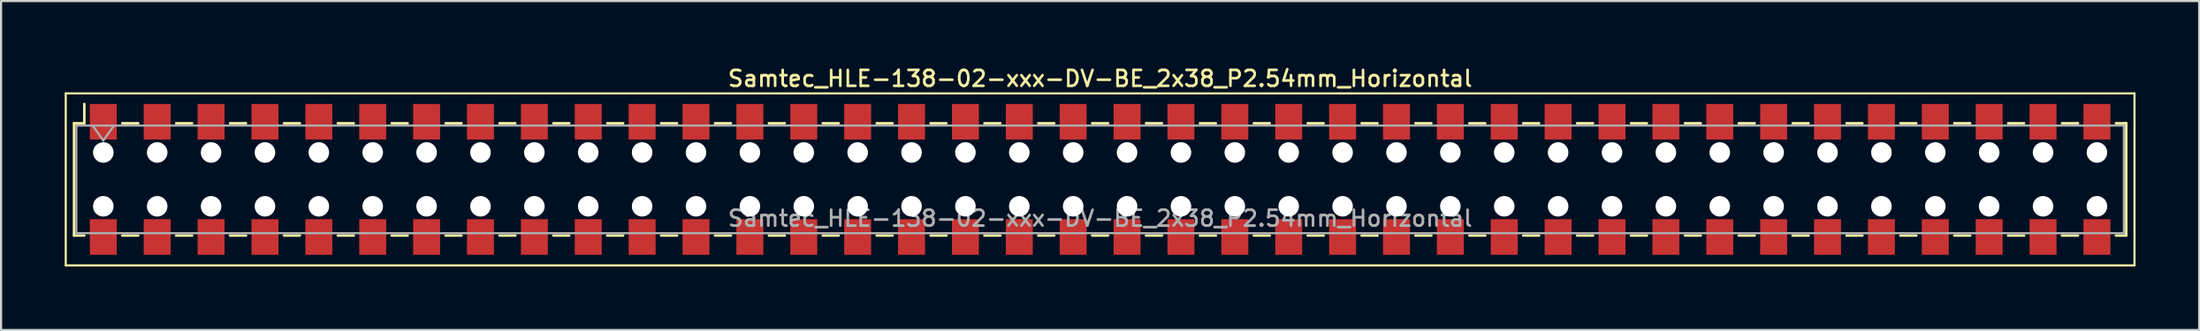
<source format=kicad_pcb>
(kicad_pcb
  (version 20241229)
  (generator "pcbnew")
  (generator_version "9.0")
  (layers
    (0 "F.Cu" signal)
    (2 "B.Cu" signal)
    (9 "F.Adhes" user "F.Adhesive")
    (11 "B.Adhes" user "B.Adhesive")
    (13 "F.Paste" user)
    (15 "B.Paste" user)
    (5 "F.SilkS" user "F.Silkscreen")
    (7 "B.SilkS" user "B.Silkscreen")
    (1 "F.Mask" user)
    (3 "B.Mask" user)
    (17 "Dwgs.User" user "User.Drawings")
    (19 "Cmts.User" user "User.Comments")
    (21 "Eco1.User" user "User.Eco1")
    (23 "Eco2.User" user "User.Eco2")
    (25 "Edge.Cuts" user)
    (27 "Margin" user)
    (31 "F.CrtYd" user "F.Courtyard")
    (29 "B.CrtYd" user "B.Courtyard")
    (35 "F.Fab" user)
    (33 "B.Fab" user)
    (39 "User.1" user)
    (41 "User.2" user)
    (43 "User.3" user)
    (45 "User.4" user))
  (footprint "Samtec_HLE-138-02-xxx-DV-BE_2x38_P2.54mm_Horizontal"
    (layer "F.Cu")
    (at 48.81 5.418)
    (property "Reference" "Samtec_HLE-138-02-xxx-DV-BE_2x38_P2.54mm_Horizontal" (at 0 -4.76 0) (layer "F.SilkS") (effects (font (size 0.75 0.75) (thickness 0.125))))
    (attr smd)
    (fp_line (start -48.76 -4.06) (end 48.76 -4.06) (stroke (width 0.1) (type solid)) (layer "F.SilkS"))
    (fp_line (start -48.76 4.06) (end -48.76 -4.06) (stroke (width 0.1) (type solid)) (layer "F.SilkS"))
    (fp_line (start -48.37 -2.65) (end -48.37 2.65) (stroke (width 0.12) (type solid)) (layer "F.SilkS"))
    (fp_line (start -48.37 2.65) (end -47.885 2.65) (stroke (width 0.12) (type solid)) (layer "F.SilkS"))
    (fp_line (start -47.885 -3.56) (end -47.885 -2.65) (stroke (width 0.12) (type solid)) (layer "F.SilkS"))
    (fp_line (start -47.885 -2.65) (end -48.37 -2.65) (stroke (width 0.12) (type solid)) (layer "F.SilkS"))
    (fp_line (start -46.095 -2.65) (end -45.345 -2.65) (stroke (width 0.12) (type solid)) (layer "F.SilkS"))
    (fp_line (start -46.095 2.65) (end -45.345 2.65) (stroke (width 0.12) (type solid)) (layer "F.SilkS"))
    (fp_line (start -43.555 -2.65) (end -42.805 -2.65) (stroke (width 0.12) (type solid)) (layer "F.SilkS"))
    (fp_line (start -43.555 2.65) (end -42.805 2.65) (stroke (width 0.12) (type solid)) (layer "F.SilkS"))
    (fp_line (start -41.015 -2.65) (end -40.265 -2.65) (stroke (width 0.12) (type solid)) (layer "F.SilkS"))
    (fp_line (start -41.015 2.65) (end -40.265 2.65) (stroke (width 0.12) (type solid)) (layer "F.SilkS"))
    (fp_line (start -38.475 -2.65) (end -37.725 -2.65) (stroke (width 0.12) (type solid)) (layer "F.SilkS"))
    (fp_line (start -38.475 2.65) (end -37.725 2.65) (stroke (width 0.12) (type solid)) (layer "F.SilkS"))
    (fp_line (start -35.935 -2.65) (end -35.185 -2.65) (stroke (width 0.12) (type solid)) (layer "F.SilkS"))
    (fp_line (start -35.935 2.65) (end -35.185 2.65) (stroke (width 0.12) (type solid)) (layer "F.SilkS"))
    (fp_line (start -33.395 -2.65) (end -32.645 -2.65) (stroke (width 0.12) (type solid)) (layer "F.SilkS"))
    (fp_line (start -33.395 2.65) (end -32.645 2.65) (stroke (width 0.12) (type solid)) (layer "F.SilkS"))
    (fp_line (start -30.855 -2.65) (end -30.105 -2.65) (stroke (width 0.12) (type solid)) (layer "F.SilkS"))
    (fp_line (start -30.855 2.65) (end -30.105 2.65) (stroke (width 0.12) (type solid)) (layer "F.SilkS"))
    (fp_line (start -28.315 -2.65) (end -27.565 -2.65) (stroke (width 0.12) (type solid)) (layer "F.SilkS"))
    (fp_line (start -28.315 2.65) (end -27.565 2.65) (stroke (width 0.12) (type solid)) (layer "F.SilkS"))
    (fp_line (start -25.775 -2.65) (end -25.025 -2.65) (stroke (width 0.12) (type solid)) (layer "F.SilkS"))
    (fp_line (start -25.775 2.65) (end -25.025 2.65) (stroke (width 0.12) (type solid)) (layer "F.SilkS"))
    (fp_line (start -23.235 -2.65) (end -22.485 -2.65) (stroke (width 0.12) (type solid)) (layer "F.SilkS"))
    (fp_line (start -23.235 2.65) (end -22.485 2.65) (stroke (width 0.12) (type solid)) (layer "F.SilkS"))
    (fp_line (start -20.695 -2.65) (end -19.945 -2.65) (stroke (width 0.12) (type solid)) (layer "F.SilkS"))
    (fp_line (start -20.695 2.65) (end -19.945 2.65) (stroke (width 0.12) (type solid)) (layer "F.SilkS"))
    (fp_line (start -18.155 -2.65) (end -17.405 -2.65) (stroke (width 0.12) (type solid)) (layer "F.SilkS"))
    (fp_line (start -18.155 2.65) (end -17.405 2.65) (stroke (width 0.12) (type solid)) (layer "F.SilkS"))
    (fp_line (start -15.615 -2.65) (end -14.865 -2.65) (stroke (width 0.12) (type solid)) (layer "F.SilkS"))
    (fp_line (start -15.615 2.65) (end -14.865 2.65) (stroke (width 0.12) (type solid)) (layer "F.SilkS"))
    (fp_line (start -13.075 -2.65) (end -12.325 -2.65) (stroke (width 0.12) (type solid)) (layer "F.SilkS"))
    (fp_line (start -13.075 2.65) (end -12.325 2.65) (stroke (width 0.12) (type solid)) (layer "F.SilkS"))
    (fp_line (start -10.535 -2.65) (end -9.785 -2.65) (stroke (width 0.12) (type solid)) (layer "F.SilkS"))
    (fp_line (start -10.535 2.65) (end -9.785 2.65) (stroke (width 0.12) (type solid)) (layer "F.SilkS"))
    (fp_line (start -7.995 -2.65) (end -7.245 -2.65) (stroke (width 0.12) (type solid)) (layer "F.SilkS"))
    (fp_line (start -7.995 2.65) (end -7.245 2.65) (stroke (width 0.12) (type solid)) (layer "F.SilkS"))
    (fp_line (start -5.455 -2.65) (end -4.705 -2.65) (stroke (width 0.12) (type solid)) (layer "F.SilkS"))
    (fp_line (start -5.455 2.65) (end -4.705 2.65) (stroke (width 0.12) (type solid)) (layer "F.SilkS"))
    (fp_line (start -2.915 -2.65) (end -2.165 -2.65) (stroke (width 0.12) (type solid)) (layer "F.SilkS"))
    (fp_line (start -2.915 2.65) (end -2.165 2.65) (stroke (width 0.12) (type solid)) (layer "F.SilkS"))
    (fp_line (start -0.375 -2.65) (end 0.375 -2.65) (stroke (width 0.12) (type solid)) (layer "F.SilkS"))
    (fp_line (start -0.375 2.65) (end 0.375 2.65) (stroke (width 0.12) (type solid)) (layer "F.SilkS"))
    (fp_line (start 2.165 -2.65) (end 2.915 -2.65) (stroke (width 0.12) (type solid)) (layer "F.SilkS"))
    (fp_line (start 2.165 2.65) (end 2.915 2.65) (stroke (width 0.12) (type solid)) (layer "F.SilkS"))
    (fp_line (start 4.705 -2.65) (end 5.455 -2.65) (stroke (width 0.12) (type solid)) (layer "F.SilkS"))
    (fp_line (start 4.705 2.65) (end 5.455 2.65) (stroke (width 0.12) (type solid)) (layer "F.SilkS"))
    (fp_line (start 7.245 -2.65) (end 7.995 -2.65) (stroke (width 0.12) (type solid)) (layer "F.SilkS"))
    (fp_line (start 7.245 2.65) (end 7.995 2.65) (stroke (width 0.12) (type solid)) (layer "F.SilkS"))
    (fp_line (start 9.785 -2.65) (end 10.535 -2.65) (stroke (width 0.12) (type solid)) (layer "F.SilkS"))
    (fp_line (start 9.785 2.65) (end 10.535 2.65) (stroke (width 0.12) (type solid)) (layer "F.SilkS"))
    (fp_line (start 12.325 -2.65) (end 13.075 -2.65) (stroke (width 0.12) (type solid)) (layer "F.SilkS"))
    (fp_line (start 12.325 2.65) (end 13.075 2.65) (stroke (width 0.12) (type solid)) (layer "F.SilkS"))
    (fp_line (start 14.865 -2.65) (end 15.615 -2.65) (stroke (width 0.12) (type solid)) (layer "F.SilkS"))
    (fp_line (start 14.865 2.65) (end 15.615 2.65) (stroke (width 0.12) (type solid)) (layer "F.SilkS"))
    (fp_line (start 17.405 -2.65) (end 18.155 -2.65) (stroke (width 0.12) (type solid)) (layer "F.SilkS"))
    (fp_line (start 17.405 2.65) (end 18.155 2.65) (stroke (width 0.12) (type solid)) (layer "F.SilkS"))
    (fp_line (start 19.945 -2.65) (end 20.695 -2.65) (stroke (width 0.12) (type solid)) (layer "F.SilkS"))
    (fp_line (start 19.945 2.65) (end 20.695 2.65) (stroke (width 0.12) (type solid)) (layer "F.SilkS"))
    (fp_line (start 22.485 -2.65) (end 23.235 -2.65) (stroke (width 0.12) (type solid)) (layer "F.SilkS"))
    (fp_line (start 22.485 2.65) (end 23.235 2.65) (stroke (width 0.12) (type solid)) (layer "F.SilkS"))
    (fp_line (start 25.025 -2.65) (end 25.775 -2.65) (stroke (width 0.12) (type solid)) (layer "F.SilkS"))
    (fp_line (start 25.025 2.65) (end 25.775 2.65) (stroke (width 0.12) (type solid)) (layer "F.SilkS"))
    (fp_line (start 27.565 -2.65) (end 28.315 -2.65) (stroke (width 0.12) (type solid)) (layer "F.SilkS"))
    (fp_line (start 27.565 2.65) (end 28.315 2.65) (stroke (width 0.12) (type solid)) (layer "F.SilkS"))
    (fp_line (start 30.105 -2.65) (end 30.855 -2.65) (stroke (width 0.12) (type solid)) (layer "F.SilkS"))
    (fp_line (start 30.105 2.65) (end 30.855 2.65) (stroke (width 0.12) (type solid)) (layer "F.SilkS"))
    (fp_line (start 32.645 -2.65) (end 33.395 -2.65) (stroke (width 0.12) (type solid)) (layer "F.SilkS"))
    (fp_line (start 32.645 2.65) (end 33.395 2.65) (stroke (width 0.12) (type solid)) (layer "F.SilkS"))
    (fp_line (start 35.185 -2.65) (end 35.935 -2.65) (stroke (width 0.12) (type solid)) (layer "F.SilkS"))
    (fp_line (start 35.185 2.65) (end 35.935 2.65) (stroke (width 0.12) (type solid)) (layer "F.SilkS"))
    (fp_line (start 37.725 -2.65) (end 38.475 -2.65) (stroke (width 0.12) (type solid)) (layer "F.SilkS"))
    (fp_line (start 37.725 2.65) (end 38.475 2.65) (stroke (width 0.12) (type solid)) (layer "F.SilkS"))
    (fp_line (start 40.265 -2.65) (end 41.015 -2.65) (stroke (width 0.12) (type solid)) (layer "F.SilkS"))
    (fp_line (start 40.265 2.65) (end 41.015 2.65) (stroke (width 0.12) (type solid)) (layer "F.SilkS"))
    (fp_line (start 42.805 -2.65) (end 43.555 -2.65) (stroke (width 0.12) (type solid)) (layer "F.SilkS"))
    (fp_line (start 42.805 2.65) (end 43.555 2.65) (stroke (width 0.12) (type solid)) (layer "F.SilkS"))
    (fp_line (start 45.345 -2.65) (end 46.095 -2.65) (stroke (width 0.12) (type solid)) (layer "F.SilkS"))
    (fp_line (start 45.345 2.65) (end 46.095 2.65) (stroke (width 0.12) (type solid)) (layer "F.SilkS"))
    (fp_line (start 47.885 -2.65) (end 48.37 -2.65) (stroke (width 0.12) (type solid)) (layer "F.SilkS"))
    (fp_line (start 48.37 -2.65) (end 48.37 2.65) (stroke (width 0.12) (type solid)) (layer "F.SilkS"))
    (fp_line (start 48.37 2.65) (end 47.885 2.65) (stroke (width 0.12) (type solid)) (layer "F.SilkS"))
    (fp_line (start 48.76 -4.06) (end 48.76 4.06) (stroke (width 0.1) (type solid)) (layer "F.SilkS"))
    (fp_line (start 48.76 4.06) (end -48.76 4.06) (stroke (width 0.1) (type solid)) (layer "F.SilkS"))
    (fp_line (start -48.26 -2.54) (end 48.26 -2.54) (stroke (width 0.1) (type solid)) (layer "F.Fab"))
    (fp_line (start -48.26 2.54) (end -48.26 -2.54) (stroke (width 0.1) (type solid)) (layer "F.Fab"))
    (fp_line (start -47.49 -2.54) (end -46.99 -1.833) (stroke (width 0.1) (type solid)) (layer "F.Fab"))
    (fp_line (start -46.99 -1.833) (end -46.49 -2.54) (stroke (width 0.1) (type solid)) (layer "F.Fab"))
    (fp_line (start 48.26 -2.54) (end 48.26 2.54) (stroke (width 0.1) (type solid)) (layer "F.Fab"))
    (fp_line (start 48.26 2.54) (end -48.26 2.54) (stroke (width 0.1) (type solid)) (layer "F.Fab"))
    (fp_text user "${REFERENCE}" (at 0 1.84 0) (layer "F.Fab") (effects (font (size 0.75 0.75) (thickness 0.125))))
    (pad "" np_thru_hole circle (at -46.99 -1.27) (size 0.97 0.97) (drill 0.97) (layers "*.Cu" "*.Mask"))
    (pad "" np_thru_hole circle (at -46.99 1.27) (size 0.97 0.97) (drill 0.97) (layers "*.Cu" "*.Mask"))
    (pad "" np_thru_hole circle (at -44.45 -1.27) (size 0.97 0.97) (drill 0.97) (layers "*.Cu" "*.Mask"))
    (pad "" np_thru_hole circle (at -44.45 1.27) (size 0.97 0.97) (drill 0.97) (layers "*.Cu" "*.Mask"))
    (pad "" np_thru_hole circle (at -41.91 -1.27) (size 0.97 0.97) (drill 0.97) (layers "*.Cu" "*.Mask"))
    (pad "" np_thru_hole circle (at -41.91 1.27) (size 0.97 0.97) (drill 0.97) (layers "*.Cu" "*.Mask"))
    (pad "" np_thru_hole circle (at -39.37 -1.27) (size 0.97 0.97) (drill 0.97) (layers "*.Cu" "*.Mask"))
    (pad "" np_thru_hole circle (at -39.37 1.27) (size 0.97 0.97) (drill 0.97) (layers "*.Cu" "*.Mask"))
    (pad "" np_thru_hole circle (at -36.83 -1.27) (size 0.97 0.97) (drill 0.97) (layers "*.Cu" "*.Mask"))
    (pad "" np_thru_hole circle (at -36.83 1.27) (size 0.97 0.97) (drill 0.97) (layers "*.Cu" "*.Mask"))
    (pad "" np_thru_hole circle (at -34.29 -1.27) (size 0.97 0.97) (drill 0.97) (layers "*.Cu" "*.Mask"))
    (pad "" np_thru_hole circle (at -34.29 1.27) (size 0.97 0.97) (drill 0.97) (layers "*.Cu" "*.Mask"))
    (pad "" np_thru_hole circle (at -31.75 -1.27) (size 0.97 0.97) (drill 0.97) (layers "*.Cu" "*.Mask"))
    (pad "" np_thru_hole circle (at -31.75 1.27) (size 0.97 0.97) (drill 0.97) (layers "*.Cu" "*.Mask"))
    (pad "" np_thru_hole circle (at -29.21 -1.27) (size 0.97 0.97) (drill 0.97) (layers "*.Cu" "*.Mask"))
    (pad "" np_thru_hole circle (at -29.21 1.27) (size 0.97 0.97) (drill 0.97) (layers "*.Cu" "*.Mask"))
    (pad "" np_thru_hole circle (at -26.67 -1.27) (size 0.97 0.97) (drill 0.97) (layers "*.Cu" "*.Mask"))
    (pad "" np_thru_hole circle (at -26.67 1.27) (size 0.97 0.97) (drill 0.97) (layers "*.Cu" "*.Mask"))
    (pad "" np_thru_hole circle (at -24.13 -1.27) (size 0.97 0.97) (drill 0.97) (layers "*.Cu" "*.Mask"))
    (pad "" np_thru_hole circle (at -24.13 1.27) (size 0.97 0.97) (drill 0.97) (layers "*.Cu" "*.Mask"))
    (pad "" np_thru_hole circle (at -21.59 -1.27) (size 0.97 0.97) (drill 0.97) (layers "*.Cu" "*.Mask"))
    (pad "" np_thru_hole circle (at -21.59 1.27) (size 0.97 0.97) (drill 0.97) (layers "*.Cu" "*.Mask"))
    (pad "" np_thru_hole circle (at -19.05 -1.27) (size 0.97 0.97) (drill 0.97) (layers "*.Cu" "*.Mask"))
    (pad "" np_thru_hole circle (at -19.05 1.27) (size 0.97 0.97) (drill 0.97) (layers "*.Cu" "*.Mask"))
    (pad "" np_thru_hole circle (at -16.51 -1.27) (size 0.97 0.97) (drill 0.97) (layers "*.Cu" "*.Mask"))
    (pad "" np_thru_hole circle (at -16.51 1.27) (size 0.97 0.97) (drill 0.97) (layers "*.Cu" "*.Mask"))
    (pad "" np_thru_hole circle (at -13.97 -1.27) (size 0.97 0.97) (drill 0.97) (layers "*.Cu" "*.Mask"))
    (pad "" np_thru_hole circle (at -13.97 1.27) (size 0.97 0.97) (drill 0.97) (layers "*.Cu" "*.Mask"))
    (pad "" np_thru_hole circle (at -11.43 -1.27) (size 0.97 0.97) (drill 0.97) (layers "*.Cu" "*.Mask"))
    (pad "" np_thru_hole circle (at -11.43 1.27) (size 0.97 0.97) (drill 0.97) (layers "*.Cu" "*.Mask"))
    (pad "" np_thru_hole circle (at -8.89 -1.27) (size 0.97 0.97) (drill 0.97) (layers "*.Cu" "*.Mask"))
    (pad "" np_thru_hole circle (at -8.89 1.27) (size 0.97 0.97) (drill 0.97) (layers "*.Cu" "*.Mask"))
    (pad "" np_thru_hole circle (at -6.35 -1.27) (size 0.97 0.97) (drill 0.97) (layers "*.Cu" "*.Mask"))
    (pad "" np_thru_hole circle (at -6.35 1.27) (size 0.97 0.97) (drill 0.97) (layers "*.Cu" "*.Mask"))
    (pad "" np_thru_hole circle (at -3.81 -1.27) (size 0.97 0.97) (drill 0.97) (layers "*.Cu" "*.Mask"))
    (pad "" np_thru_hole circle (at -3.81 1.27) (size 0.97 0.97) (drill 0.97) (layers "*.Cu" "*.Mask"))
    (pad "" np_thru_hole circle (at -1.27 -1.27) (size 0.97 0.97) (drill 0.97) (layers "*.Cu" "*.Mask"))
    (pad "" np_thru_hole circle (at -1.27 1.27) (size 0.97 0.97) (drill 0.97) (layers "*.Cu" "*.Mask"))
    (pad "" np_thru_hole circle (at 1.27 -1.27) (size 0.97 0.97) (drill 0.97) (layers "*.Cu" "*.Mask"))
    (pad "" np_thru_hole circle (at 1.27 1.27) (size 0.97 0.97) (drill 0.97) (layers "*.Cu" "*.Mask"))
    (pad "" np_thru_hole circle (at 3.81 -1.27) (size 0.97 0.97) (drill 0.97) (layers "*.Cu" "*.Mask"))
    (pad "" np_thru_hole circle (at 3.81 1.27) (size 0.97 0.97) (drill 0.97) (layers "*.Cu" "*.Mask"))
    (pad "" np_thru_hole circle (at 6.35 -1.27) (size 0.97 0.97) (drill 0.97) (layers "*.Cu" "*.Mask"))
    (pad "" np_thru_hole circle (at 6.35 1.27) (size 0.97 0.97) (drill 0.97) (layers "*.Cu" "*.Mask"))
    (pad "" np_thru_hole circle (at 8.89 -1.27) (size 0.97 0.97) (drill 0.97) (layers "*.Cu" "*.Mask"))
    (pad "" np_thru_hole circle (at 8.89 1.27) (size 0.97 0.97) (drill 0.97) (layers "*.Cu" "*.Mask"))
    (pad "" np_thru_hole circle (at 11.43 -1.27) (size 0.97 0.97) (drill 0.97) (layers "*.Cu" "*.Mask"))
    (pad "" np_thru_hole circle (at 11.43 1.27) (size 0.97 0.97) (drill 0.97) (layers "*.Cu" "*.Mask"))
    (pad "" np_thru_hole circle (at 13.97 -1.27) (size 0.97 0.97) (drill 0.97) (layers "*.Cu" "*.Mask"))
    (pad "" np_thru_hole circle (at 13.97 1.27) (size 0.97 0.97) (drill 0.97) (layers "*.Cu" "*.Mask"))
    (pad "" np_thru_hole circle (at 16.51 -1.27) (size 0.97 0.97) (drill 0.97) (layers "*.Cu" "*.Mask"))
    (pad "" np_thru_hole circle (at 16.51 1.27) (size 0.97 0.97) (drill 0.97) (layers "*.Cu" "*.Mask"))
    (pad "" np_thru_hole circle (at 19.05 -1.27) (size 0.97 0.97) (drill 0.97) (layers "*.Cu" "*.Mask"))
    (pad "" np_thru_hole circle (at 19.05 1.27) (size 0.97 0.97) (drill 0.97) (layers "*.Cu" "*.Mask"))
    (pad "" np_thru_hole circle (at 21.59 -1.27) (size 0.97 0.97) (drill 0.97) (layers "*.Cu" "*.Mask"))
    (pad "" np_thru_hole circle (at 21.59 1.27) (size 0.97 0.97) (drill 0.97) (layers "*.Cu" "*.Mask"))
    (pad "" np_thru_hole circle (at 24.13 -1.27) (size 0.97 0.97) (drill 0.97) (layers "*.Cu" "*.Mask"))
    (pad "" np_thru_hole circle (at 24.13 1.27) (size 0.97 0.97) (drill 0.97) (layers "*.Cu" "*.Mask"))
    (pad "" np_thru_hole circle (at 26.67 -1.27) (size 0.97 0.97) (drill 0.97) (layers "*.Cu" "*.Mask"))
    (pad "" np_thru_hole circle (at 26.67 1.27) (size 0.97 0.97) (drill 0.97) (layers "*.Cu" "*.Mask"))
    (pad "" np_thru_hole circle (at 29.21 -1.27) (size 0.97 0.97) (drill 0.97) (layers "*.Cu" "*.Mask"))
    (pad "" np_thru_hole circle (at 29.21 1.27) (size 0.97 0.97) (drill 0.97) (layers "*.Cu" "*.Mask"))
    (pad "" np_thru_hole circle (at 31.75 -1.27) (size 0.97 0.97) (drill 0.97) (layers "*.Cu" "*.Mask"))
    (pad "" np_thru_hole circle (at 31.75 1.27) (size 0.97 0.97) (drill 0.97) (layers "*.Cu" "*.Mask"))
    (pad "" np_thru_hole circle (at 34.29 -1.27) (size 0.97 0.97) (drill 0.97) (layers "*.Cu" "*.Mask"))
    (pad "" np_thru_hole circle (at 34.29 1.27) (size 0.97 0.97) (drill 0.97) (layers "*.Cu" "*.Mask"))
    (pad "" np_thru_hole circle (at 36.83 -1.27) (size 0.97 0.97) (drill 0.97) (layers "*.Cu" "*.Mask"))
    (pad "" np_thru_hole circle (at 36.83 1.27) (size 0.97 0.97) (drill 0.97) (layers "*.Cu" "*.Mask"))
    (pad "" np_thru_hole circle (at 39.37 -1.27) (size 0.97 0.97) (drill 0.97) (layers "*.Cu" "*.Mask"))
    (pad "" np_thru_hole circle (at 39.37 1.27) (size 0.97 0.97) (drill 0.97) (layers "*.Cu" "*.Mask"))
    (pad "" np_thru_hole circle (at 41.91 -1.27) (size 0.97 0.97) (drill 0.97) (layers "*.Cu" "*.Mask"))
    (pad "" np_thru_hole circle (at 41.91 1.27) (size 0.97 0.97) (drill 0.97) (layers "*.Cu" "*.Mask"))
    (pad "" np_thru_hole circle (at 44.45 -1.27) (size 0.97 0.97) (drill 0.97) (layers "*.Cu" "*.Mask"))
    (pad "" np_thru_hole circle (at 44.45 1.27) (size 0.97 0.97) (drill 0.97) (layers "*.Cu" "*.Mask"))
    (pad "" np_thru_hole circle (at 46.99 -1.27) (size 0.97 0.97) (drill 0.97) (layers "*.Cu" "*.Mask"))
    (pad "" np_thru_hole circle (at 46.99 1.27) (size 0.97 0.97) (drill 0.97) (layers "*.Cu" "*.Mask"))
    (pad "1" smd rect (at -46.99 -2.72) (size 1.27 1.68) (layers "F.Cu" "F.Mask" "F.Paste"))
    (pad "2" smd rect (at -46.99 2.72) (size 1.27 1.68) (layers "F.Cu" "F.Mask" "F.Paste"))
    (pad "3" smd rect (at -44.45 -2.72) (size 1.27 1.68) (layers "F.Cu" "F.Mask" "F.Paste"))
    (pad "4" smd rect (at -44.45 2.72) (size 1.27 1.68) (layers "F.Cu" "F.Mask" "F.Paste"))
    (pad "5" smd rect (at -41.91 -2.72) (size 1.27 1.68) (layers "F.Cu" "F.Mask" "F.Paste"))
    (pad "6" smd rect (at -41.91 2.72) (size 1.27 1.68) (layers "F.Cu" "F.Mask" "F.Paste"))
    (pad "7" smd rect (at -39.37 -2.72) (size 1.27 1.68) (layers "F.Cu" "F.Mask" "F.Paste"))
    (pad "8" smd rect (at -39.37 2.72) (size 1.27 1.68) (layers "F.Cu" "F.Mask" "F.Paste"))
    (pad "9" smd rect (at -36.83 -2.72) (size 1.27 1.68) (layers "F.Cu" "F.Mask" "F.Paste"))
    (pad "10" smd rect (at -36.83 2.72) (size 1.27 1.68) (layers "F.Cu" "F.Mask" "F.Paste"))
    (pad "11" smd rect (at -34.29 -2.72) (size 1.27 1.68) (layers "F.Cu" "F.Mask" "F.Paste"))
    (pad "12" smd rect (at -34.29 2.72) (size 1.27 1.68) (layers "F.Cu" "F.Mask" "F.Paste"))
    (pad "13" smd rect (at -31.75 -2.72) (size 1.27 1.68) (layers "F.Cu" "F.Mask" "F.Paste"))
    (pad "14" smd rect (at -31.75 2.72) (size 1.27 1.68) (layers "F.Cu" "F.Mask" "F.Paste"))
    (pad "15" smd rect (at -29.21 -2.72) (size 1.27 1.68) (layers "F.Cu" "F.Mask" "F.Paste"))
    (pad "16" smd rect (at -29.21 2.72) (size 1.27 1.68) (layers "F.Cu" "F.Mask" "F.Paste"))
    (pad "17" smd rect (at -26.67 -2.72) (size 1.27 1.68) (layers "F.Cu" "F.Mask" "F.Paste"))
    (pad "18" smd rect (at -26.67 2.72) (size 1.27 1.68) (layers "F.Cu" "F.Mask" "F.Paste"))
    (pad "19" smd rect (at -24.13 -2.72) (size 1.27 1.68) (layers "F.Cu" "F.Mask" "F.Paste"))
    (pad "20" smd rect (at -24.13 2.72) (size 1.27 1.68) (layers "F.Cu" "F.Mask" "F.Paste"))
    (pad "21" smd rect (at -21.59 -2.72) (size 1.27 1.68) (layers "F.Cu" "F.Mask" "F.Paste"))
    (pad "22" smd rect (at -21.59 2.72) (size 1.27 1.68) (layers "F.Cu" "F.Mask" "F.Paste"))
    (pad "23" smd rect (at -19.05 -2.72) (size 1.27 1.68) (layers "F.Cu" "F.Mask" "F.Paste"))
    (pad "24" smd rect (at -19.05 2.72) (size 1.27 1.68) (layers "F.Cu" "F.Mask" "F.Paste"))
    (pad "25" smd rect (at -16.51 -2.72) (size 1.27 1.68) (layers "F.Cu" "F.Mask" "F.Paste"))
    (pad "26" smd rect (at -16.51 2.72) (size 1.27 1.68) (layers "F.Cu" "F.Mask" "F.Paste"))
    (pad "27" smd rect (at -13.97 -2.72) (size 1.27 1.68) (layers "F.Cu" "F.Mask" "F.Paste"))
    (pad "28" smd rect (at -13.97 2.72) (size 1.27 1.68) (layers "F.Cu" "F.Mask" "F.Paste"))
    (pad "29" smd rect (at -11.43 -2.72) (size 1.27 1.68) (layers "F.Cu" "F.Mask" "F.Paste"))
    (pad "30" smd rect (at -11.43 2.72) (size 1.27 1.68) (layers "F.Cu" "F.Mask" "F.Paste"))
    (pad "31" smd rect (at -8.89 -2.72) (size 1.27 1.68) (layers "F.Cu" "F.Mask" "F.Paste"))
    (pad "32" smd rect (at -8.89 2.72) (size 1.27 1.68) (layers "F.Cu" "F.Mask" "F.Paste"))
    (pad "33" smd rect (at -6.35 -2.72) (size 1.27 1.68) (layers "F.Cu" "F.Mask" "F.Paste"))
    (pad "34" smd rect (at -6.35 2.72) (size 1.27 1.68) (layers "F.Cu" "F.Mask" "F.Paste"))
    (pad "35" smd rect (at -3.81 -2.72) (size 1.27 1.68) (layers "F.Cu" "F.Mask" "F.Paste"))
    (pad "36" smd rect (at -3.81 2.72) (size 1.27 1.68) (layers "F.Cu" "F.Mask" "F.Paste"))
    (pad "37" smd rect (at -1.27 -2.72) (size 1.27 1.68) (layers "F.Cu" "F.Mask" "F.Paste"))
    (pad "38" smd rect (at -1.27 2.72) (size 1.27 1.68) (layers "F.Cu" "F.Mask" "F.Paste"))
    (pad "39" smd rect (at 1.27 -2.72) (size 1.27 1.68) (layers "F.Cu" "F.Mask" "F.Paste"))
    (pad "40" smd rect (at 1.27 2.72) (size 1.27 1.68) (layers "F.Cu" "F.Mask" "F.Paste"))
    (pad "41" smd rect (at 3.81 -2.72) (size 1.27 1.68) (layers "F.Cu" "F.Mask" "F.Paste"))
    (pad "42" smd rect (at 3.81 2.72) (size 1.27 1.68) (layers "F.Cu" "F.Mask" "F.Paste"))
    (pad "43" smd rect (at 6.35 -2.72) (size 1.27 1.68) (layers "F.Cu" "F.Mask" "F.Paste"))
    (pad "44" smd rect (at 6.35 2.72) (size 1.27 1.68) (layers "F.Cu" "F.Mask" "F.Paste"))
    (pad "45" smd rect (at 8.89 -2.72) (size 1.27 1.68) (layers "F.Cu" "F.Mask" "F.Paste"))
    (pad "46" smd rect (at 8.89 2.72) (size 1.27 1.68) (layers "F.Cu" "F.Mask" "F.Paste"))
    (pad "47" smd rect (at 11.43 -2.72) (size 1.27 1.68) (layers "F.Cu" "F.Mask" "F.Paste"))
    (pad "48" smd rect (at 11.43 2.72) (size 1.27 1.68) (layers "F.Cu" "F.Mask" "F.Paste"))
    (pad "49" smd rect (at 13.97 -2.72) (size 1.27 1.68) (layers "F.Cu" "F.Mask" "F.Paste"))
    (pad "50" smd rect (at 13.97 2.72) (size 1.27 1.68) (layers "F.Cu" "F.Mask" "F.Paste"))
    (pad "51" smd rect (at 16.51 -2.72) (size 1.27 1.68) (layers "F.Cu" "F.Mask" "F.Paste"))
    (pad "52" smd rect (at 16.51 2.72) (size 1.27 1.68) (layers "F.Cu" "F.Mask" "F.Paste"))
    (pad "53" smd rect (at 19.05 -2.72) (size 1.27 1.68) (layers "F.Cu" "F.Mask" "F.Paste"))
    (pad "54" smd rect (at 19.05 2.72) (size 1.27 1.68) (layers "F.Cu" "F.Mask" "F.Paste"))
    (pad "55" smd rect (at 21.59 -2.72) (size 1.27 1.68) (layers "F.Cu" "F.Mask" "F.Paste"))
    (pad "56" smd rect (at 21.59 2.72) (size 1.27 1.68) (layers "F.Cu" "F.Mask" "F.Paste"))
    (pad "57" smd rect (at 24.13 -2.72) (size 1.27 1.68) (layers "F.Cu" "F.Mask" "F.Paste"))
    (pad "58" smd rect (at 24.13 2.72) (size 1.27 1.68) (layers "F.Cu" "F.Mask" "F.Paste"))
    (pad "59" smd rect (at 26.67 -2.72) (size 1.27 1.68) (layers "F.Cu" "F.Mask" "F.Paste"))
    (pad "60" smd rect (at 26.67 2.72) (size 1.27 1.68) (layers "F.Cu" "F.Mask" "F.Paste"))
    (pad "61" smd rect (at 29.21 -2.72) (size 1.27 1.68) (layers "F.Cu" "F.Mask" "F.Paste"))
    (pad "62" smd rect (at 29.21 2.72) (size 1.27 1.68) (layers "F.Cu" "F.Mask" "F.Paste"))
    (pad "63" smd rect (at 31.75 -2.72) (size 1.27 1.68) (layers "F.Cu" "F.Mask" "F.Paste"))
    (pad "64" smd rect (at 31.75 2.72) (size 1.27 1.68) (layers "F.Cu" "F.Mask" "F.Paste"))
    (pad "65" smd rect (at 34.29 -2.72) (size 1.27 1.68) (layers "F.Cu" "F.Mask" "F.Paste"))
    (pad "66" smd rect (at 34.29 2.72) (size 1.27 1.68) (layers "F.Cu" "F.Mask" "F.Paste"))
    (pad "67" smd rect (at 36.83 -2.72) (size 1.27 1.68) (layers "F.Cu" "F.Mask" "F.Paste"))
    (pad "68" smd rect (at 36.83 2.72) (size 1.27 1.68) (layers "F.Cu" "F.Mask" "F.Paste"))
    (pad "69" smd rect (at 39.37 -2.72) (size 1.27 1.68) (layers "F.Cu" "F.Mask" "F.Paste"))
    (pad "70" smd rect (at 39.37 2.72) (size 1.27 1.68) (layers "F.Cu" "F.Mask" "F.Paste"))
    (pad "71" smd rect (at 41.91 -2.72) (size 1.27 1.68) (layers "F.Cu" "F.Mask" "F.Paste"))
    (pad "72" smd rect (at 41.91 2.72) (size 1.27 1.68) (layers "F.Cu" "F.Mask" "F.Paste"))
    (pad "73" smd rect (at 44.45 -2.72) (size 1.27 1.68) (layers "F.Cu" "F.Mask" "F.Paste"))
    (pad "74" smd rect (at 44.45 2.72) (size 1.27 1.68) (layers "F.Cu" "F.Mask" "F.Paste"))
    (pad "75" smd rect (at 46.99 -2.72) (size 1.27 1.68) (layers "F.Cu" "F.Mask" "F.Paste"))
    (pad "76" smd rect (at 46.99 2.72) (size 1.27 1.68) (layers "F.Cu" "F.Mask" "F.Paste")))
  (gr_rect
    (start -3 -3)
    (end 100.62 12.528)
    (stroke (width 0.1) (type default))
    (fill no)
    (layer "Edge.Cuts")))
</source>
